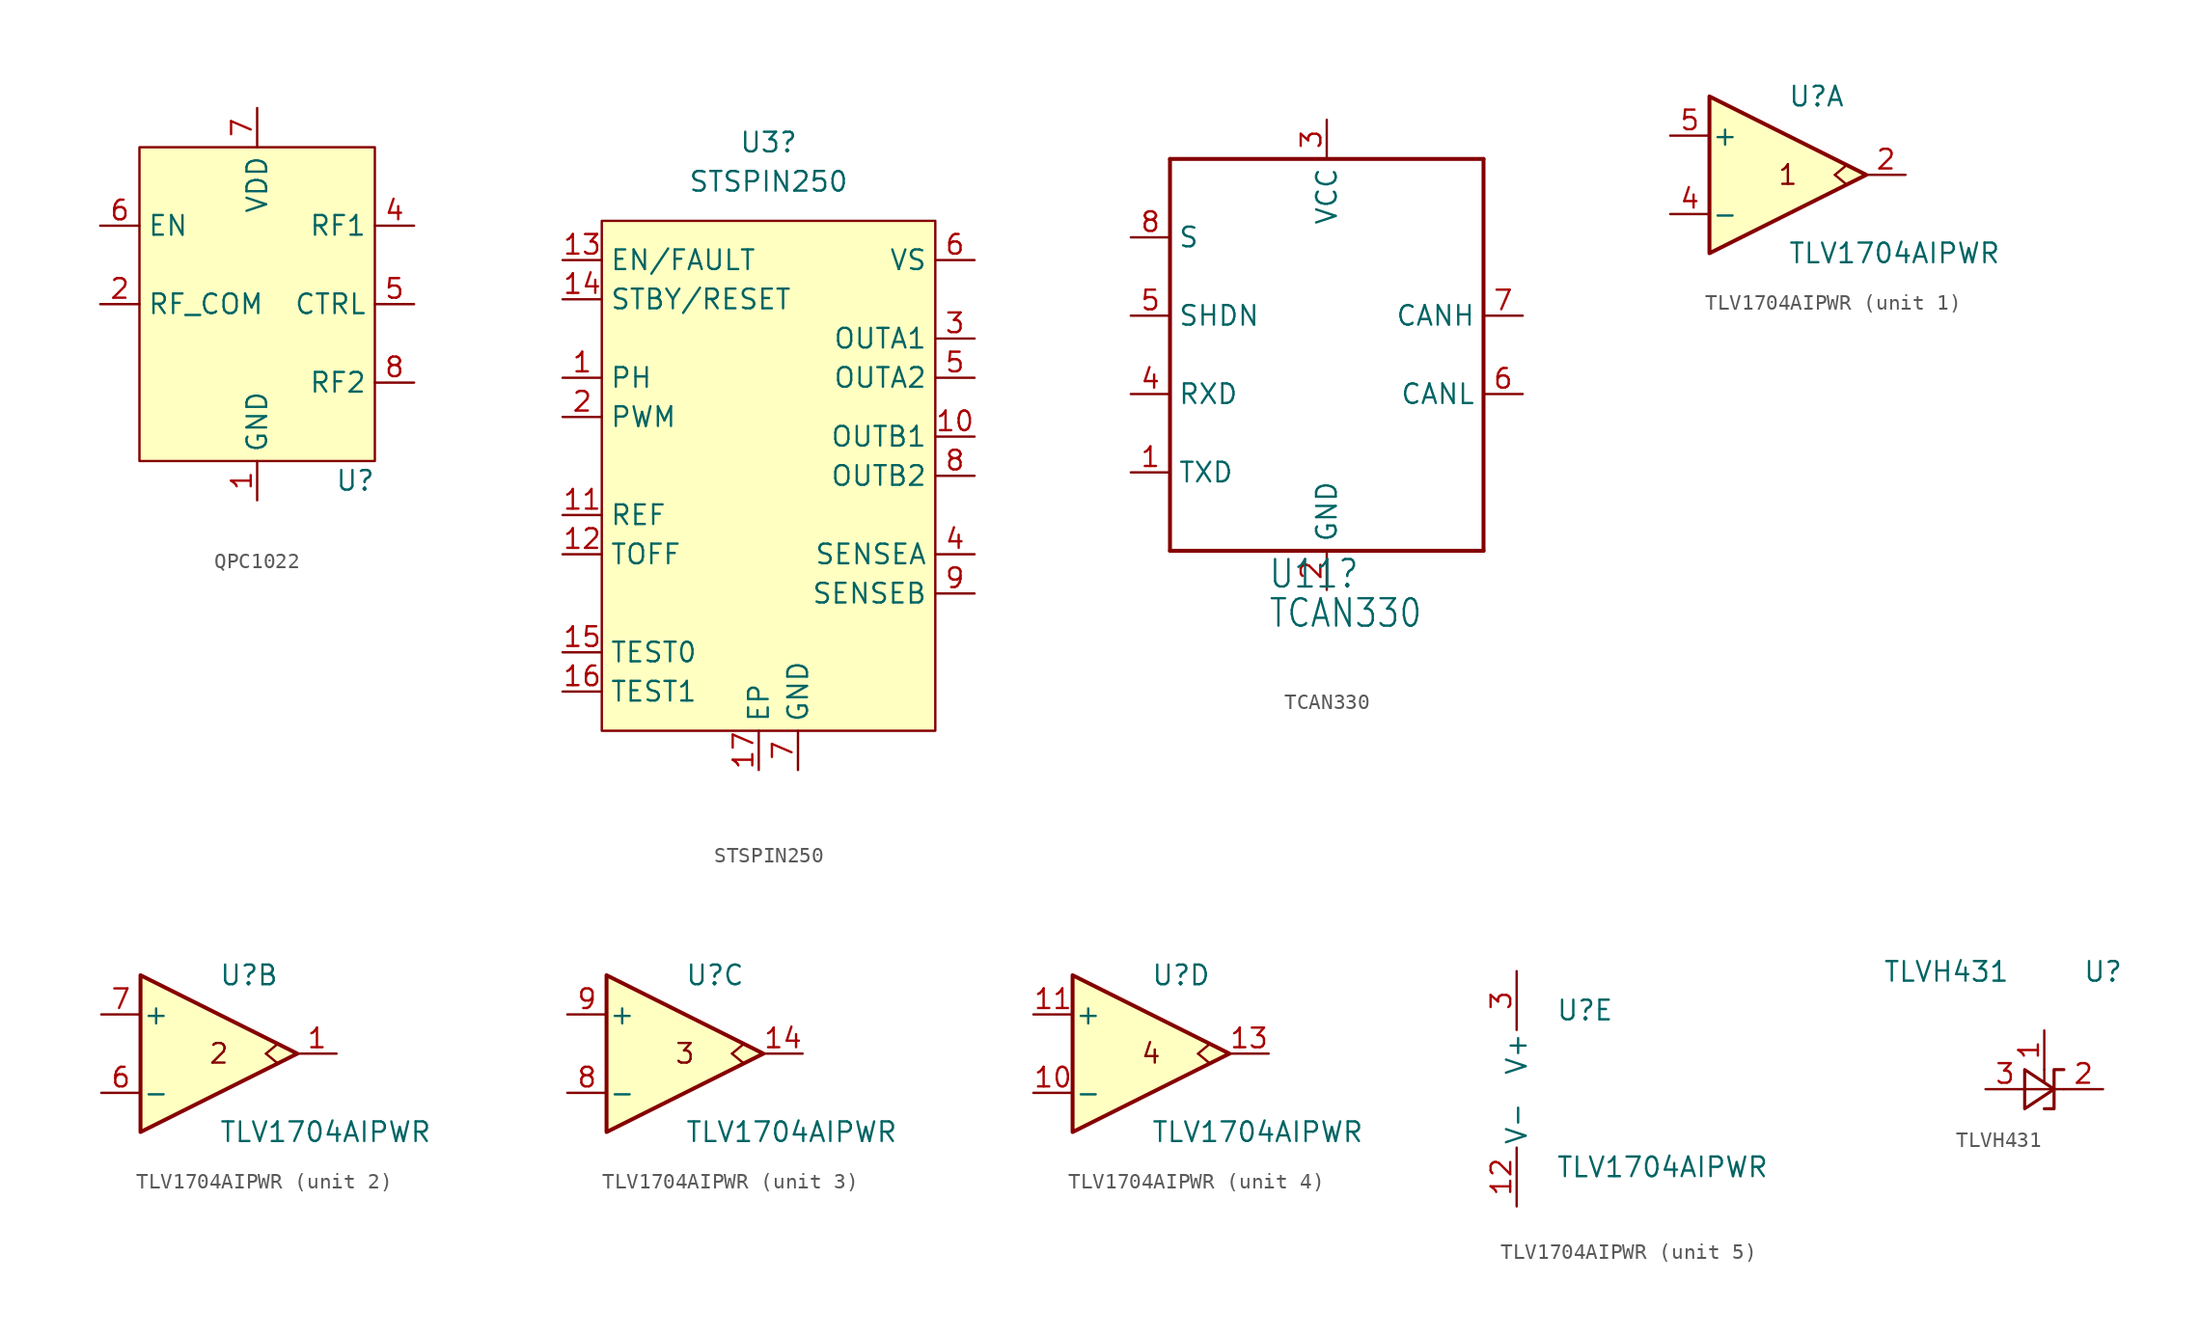
<source format=kicad_sym>
(kicad_symbol_lib
  (version 20220914)
  (generator kicad_symbol_editor)
  (symbol "QPC1022"
    (property "Reference" "U"
      (at 6.35 -11.43 0)
      (effects (font (size 1.27 1.27))))
    (symbol "QPC1022_1_1"
      (rectangle (start -7.62 10.16) (end 7.62 -10.16) (stroke (width 0) (type default)) (fill (type background)))
      (pin power_in line (at 0 -12.7 90) (length 2.54) (name "GND" (effects (font (size 1.27 1.27)))) (number "1" (effects (font (size 1.27 1.27)))))
      (pin passive line (at -10.16 0 0) (length 2.54) (name "RF_COM" (effects (font (size 1.27 1.27)))) (number "2" (effects (font (size 1.27 1.27)))))
      (pin passive line (at 0 -12.7 90) (length 2.54) hide (name "GND" (effects (font (size 1.27 1.27)))) (number "3" (effects (font (size 1.27 1.27)))))
      (pin passive line (at 10.16 5.08 180) (length 2.54) (name "RF1" (effects (font (size 1.27 1.27)))) (number "4" (effects (font (size 1.27 1.27)))))
      (pin input line (at 10.16 0 180) (length 2.54) (name "CTRL" (effects (font (size 1.27 1.27)))) (number "5" (effects (font (size 1.27 1.27)))))
      (pin input line (at -10.16 5.08 0) (length 2.54) (name "EN" (effects (font (size 1.27 1.27)))) (number "6" (effects (font (size 1.27 1.27)))))
      (pin power_in line (at 0 12.7 270) (length 2.54) (name "VDD" (effects (font (size 1.27 1.27)))) (number "7" (effects (font (size 1.27 1.27)))))
      (pin passive line (at 10.16 -5.08 180) (length 2.54) (name "RF2" (effects (font (size 1.27 1.27)))) (number "8" (effects (font (size 1.27 1.27)))))
      (pin passive line (at 0 -12.7 90) (length 2.54) hide (name "GND" (effects (font (size 1.27 1.27)))) (number "9" (effects (font (size 1.27 1.27)))))))
  (symbol "STSPIN250"
    (property "Reference" "U3"
      (at -0.635 10.16 0)
      (effects (font (size 1.27 1.27))))
    (property "Value" "STSPIN250"
      (at -0.635 7.62 0)
      (effects (font (size 1.27 1.27))))
    (symbol "STSPIN250_0_0"
      (pin input line (at 12.7 -8.89 180) (length 2.54) (name "OUTB1" (effects (font (size 1.27 1.27)))) (number "10" (effects (font (size 1.27 1.27)))))
      (pin input line (at -13.97 -13.97 0) (length 2.54) (name "REF" (effects (font (size 1.27 1.27)))) (number "11" (effects (font (size 1.27 1.27)))))
      (pin input line (at -13.97 -16.51 0) (length 2.54) (name "TOFF" (effects (font (size 1.27 1.27)))) (number "12" (effects (font (size 1.27 1.27)))))
      (pin input line (at -13.97 2.54 0) (length 2.54) (name "EN/FAULT" (effects (font (size 1.27 1.27)))) (number "13" (effects (font (size 1.27 1.27)))))
      (pin input line (at -13.97 0 0) (length 2.54) (name "STBY/RESET" (effects (font (size 1.27 1.27)))) (number "14" (effects (font (size 1.27 1.27)))))
      (pin input line (at -13.97 -22.86 0) (length 2.54) (name "TEST0" (effects (font (size 1.27 1.27)))) (number "15" (effects (font (size 1.27 1.27)))))
      (pin input line (at -13.97 -25.4 0) (length 2.54) (name "TEST1" (effects (font (size 1.27 1.27)))) (number "16" (effects (font (size 1.27 1.27)))))
      (pin input line (at -1.27 -30.48 90) (length 2.54) (name "EP" (effects (font (size 1.27 1.27)))) (number "17" (effects (font (size 1.27 1.27)))))
      (pin input line (at -13.97 -7.62 0) (length 2.54) (name "PWM" (effects (font (size 1.27 1.27)))) (number "2" (effects (font (size 1.27 1.27)))))
      (pin input line (at 12.7 -2.54 180) (length 2.54) (name "OUTA1" (effects (font (size 1.27 1.27)))) (number "3" (effects (font (size 1.27 1.27)))))
      (pin input line (at 12.7 -16.51 180) (length 2.54) (name "SENSEA" (effects (font (size 1.27 1.27)))) (number "4" (effects (font (size 1.27 1.27)))))
      (pin input line (at 12.7 -5.08 180) (length 2.54) (name "OUTA2" (effects (font (size 1.27 1.27)))) (number "5" (effects (font (size 1.27 1.27)))))
      (pin input line (at 12.7 2.54 180) (length 2.54) (name "VS" (effects (font (size 1.27 1.27)))) (number "6" (effects (font (size 1.27 1.27)))))
      (pin input line (at 1.27 -30.48 90) (length 2.54) (name "GND" (effects (font (size 1.27 1.27)))) (number "7" (effects (font (size 1.27 1.27)))))
      (pin input line (at 12.7 -11.43 180) (length 2.54) (name "OUTB2" (effects (font (size 1.27 1.27)))) (number "8" (effects (font (size 1.27 1.27)))))
      (pin input line (at 12.7 -19.05 180) (length 2.54) (name "SENSEB" (effects (font (size 1.27 1.27)))) (number "9" (effects (font (size 1.27 1.27))))))
    (symbol "STSPIN250_0_1"
      (rectangle (start -11.43 5.08) (end 10.16 -27.94) (stroke (width 0.152) (type default)) (fill (type background))))
    (symbol "STSPIN250_1_1"
      (pin input line (at -13.97 -5.08 0) (length 2.54) (name "PH" (effects (font (size 1.27 1.27)))) (number "1" (effects (font (size 1.27 1.27)))))))
  (symbol "TCAN330"
    (property "Reference" "U11"
      (at -3.81 -15.24 0)
      (effects (font (size 1.778 1.511)) (justify left bottom)))
    (property "Value" "TCAN330"
      (at -3.81 -17.78 0)
      (effects (font (size 1.778 1.511)) (justify left bottom)))
    (property "ki_locked" ""
      (at 0 0 0)
      (effects (font (size 1.27 1.27))))
    (symbol "TCAN330_1_0"
      (polyline (pts (xy -10.16 -12.7) (xy 10.16 -12.7)) (stroke (width 0.254) (type default)) (fill (type none)))
      (polyline (pts (xy -10.16 12.7) (xy -10.16 -12.7)) (stroke (width 0.254) (type default)) (fill (type none)))
      (polyline (pts (xy 10.16 -12.7) (xy 10.16 12.7)) (stroke (width 0.254) (type default)) (fill (type none)))
      (polyline (pts (xy 10.16 12.7) (xy -10.16 12.7)) (stroke (width 0.254) (type default)) (fill (type none)))
      (pin input line (at -12.7 -7.62 0) (length 2.54) (name "TXD" (effects (font (size 1.27 1.27)))) (number "1" (effects (font (size 1.27 1.27)))))
      (pin power_in line (at 0 -15.24 90) (length 2.54) (name "GND" (effects (font (size 1.27 1.27)))) (number "2" (effects (font (size 1.27 1.27)))))
      (pin power_in line (at 0 15.24 270) (length 2.54) (name "VCC" (effects (font (size 1.27 1.27)))) (number "3" (effects (font (size 1.27 1.27)))))
      (pin output line (at -12.7 -2.54 0) (length 2.54) (name "RXD" (effects (font (size 1.27 1.27)))) (number "4" (effects (font (size 1.27 1.27)))))
      (pin input line (at -12.7 2.54 0) (length 2.54) (name "SHDN" (effects (font (size 1.27 1.27)))) (number "5" (effects (font (size 1.27 1.27)))))
      (pin bidirectional line (at 12.7 -2.54 180) (length 2.54) (name "CANL" (effects (font (size 1.27 1.27)))) (number "6" (effects (font (size 1.27 1.27)))))
      (pin bidirectional line (at 12.7 2.54 180) (length 2.54) (name "CANH" (effects (font (size 1.27 1.27)))) (number "7" (effects (font (size 1.27 1.27)))))
      (pin input line (at -12.7 7.62 0) (length 2.54) (name "S" (effects (font (size 1.27 1.27)))) (number "8" (effects (font (size 1.27 1.27)))))))
  (symbol "TLV1704AIPWR"
    (pin_names
      (offset 0.127))
    (property "Reference" "U"
      (at 0 5.08 0)
      (effects (font (size 1.27 1.27)) (justify left)))
    (property "Value" "TLV1704AIPWR"
      (at 0 -5.08 0)
      (effects (font (size 1.27 1.27)) (justify left)))
    (property "ki_locked" ""
      (at 0 0 0)
      (effects (font (size 1.27 1.27))))
    (symbol "TLV1704AIPWR_1_1"
      (polyline (pts (xy 3.048 0) (xy 3.81 -0.635)) (stroke (width 0) (type default)) (fill (type none)))
      (polyline (pts (xy 3.81 0.635) (xy 3.048 0)) (stroke (width 0) (type default)) (fill (type none)))
      (polyline (pts (xy -5.08 5.08) (xy 5.08 0) (xy -5.08 -5.08) (xy -5.08 5.08)) (stroke (width 0.254) (type default)) (fill (type background)))
      (text "1" (at 0 0 0) (effects (font (size 1.27 1.27))))
      (pin open_collector line (at 7.62 0 180) (length 2.54) (name "~" (effects (font (size 1.27 1.27)))) (number "2" (effects (font (size 1.27 1.27)))))
      (pin input line (at -7.62 -2.54 0) (length 2.54) (name "-" (effects (font (size 1.27 1.27)))) (number "4" (effects (font (size 1.27 1.27)))))
      (pin input line (at -7.62 2.54 0) (length 2.54) (name "+" (effects (font (size 1.27 1.27)))) (number "5" (effects (font (size 1.27 1.27))))))
    (symbol "TLV1704AIPWR_2_1"
      (polyline (pts (xy 3.048 0) (xy 3.81 -0.635)) (stroke (width 0) (type default)) (fill (type none)))
      (polyline (pts (xy 3.81 0.635) (xy 3.048 0)) (stroke (width 0) (type default)) (fill (type none)))
      (polyline (pts (xy -5.08 5.08) (xy 5.08 0) (xy -5.08 -5.08) (xy -5.08 5.08)) (stroke (width 0.254) (type default)) (fill (type background)))
      (text "2" (at 0 0 0) (effects (font (size 1.27 1.27))))
      (pin open_collector line (at 7.62 0 180) (length 2.54) (name "~" (effects (font (size 1.27 1.27)))) (number "1" (effects (font (size 1.27 1.27)))))
      (pin input line (at -7.62 -2.54 0) (length 2.54) (name "-" (effects (font (size 1.27 1.27)))) (number "6" (effects (font (size 1.27 1.27)))))
      (pin input line (at -7.62 2.54 0) (length 2.54) (name "+" (effects (font (size 1.27 1.27)))) (number "7" (effects (font (size 1.27 1.27))))))
    (symbol "TLV1704AIPWR_3_1"
      (polyline (pts (xy 3.048 0) (xy 3.81 -0.635)) (stroke (width 0) (type default)) (fill (type none)))
      (polyline (pts (xy 3.81 0.635) (xy 3.048 0)) (stroke (width 0) (type default)) (fill (type none)))
      (polyline (pts (xy -5.08 5.08) (xy 5.08 0) (xy -5.08 -5.08) (xy -5.08 5.08)) (stroke (width 0.254) (type default)) (fill (type background)))
      (text "3" (at 0 0 0) (effects (font (size 1.27 1.27))))
      (pin open_collector line (at 7.62 0 180) (length 2.54) (name "~" (effects (font (size 1.27 1.27)))) (number "14" (effects (font (size 1.27 1.27)))))
      (pin input line (at -7.62 -2.54 0) (length 2.54) (name "-" (effects (font (size 1.27 1.27)))) (number "8" (effects (font (size 1.27 1.27)))))
      (pin input line (at -7.62 2.54 0) (length 2.54) (name "+" (effects (font (size 1.27 1.27)))) (number "9" (effects (font (size 1.27 1.27))))))
    (symbol "TLV1704AIPWR_4_1"
      (polyline (pts (xy 3.048 0) (xy 3.81 -0.635)) (stroke (width 0) (type default)) (fill (type none)))
      (polyline (pts (xy 3.81 0.635) (xy 3.048 0)) (stroke (width 0) (type default)) (fill (type none)))
      (polyline (pts (xy -5.08 5.08) (xy 5.08 0) (xy -5.08 -5.08) (xy -5.08 5.08)) (stroke (width 0.254) (type default)) (fill (type background)))
      (text "4" (at 0 0 0) (effects (font (size 1.27 1.27))))
      (pin input line (at -7.62 -2.54 0) (length 2.54) (name "-" (effects (font (size 1.27 1.27)))) (number "10" (effects (font (size 1.27 1.27)))))
      (pin input line (at -7.62 2.54 0) (length 2.54) (name "+" (effects (font (size 1.27 1.27)))) (number "11" (effects (font (size 1.27 1.27)))))
      (pin open_collector line (at 7.62 0 180) (length 2.54) (name "~" (effects (font (size 1.27 1.27)))) (number "13" (effects (font (size 1.27 1.27))))))
    (symbol "TLV1704AIPWR_5_1"
      (pin power_in line (at -2.54 -7.62 90) (length 3.81) (name "V-" (effects (font (size 1.27 1.27)))) (number "12" (effects (font (size 1.27 1.27)))))
      (pin power_in line (at -2.54 7.62 270) (length 3.81) (name "V+" (effects (font (size 1.27 1.27)))) (number "3" (effects (font (size 1.27 1.27)))))))
  (symbol "TLVH431"
    (pin_names hide)
    (property "Reference" "U"
      (at 5.08 7.62 0)
      (effects (font (size 1.27 1.27))))
    (property "Value" "TLVH431"
      (at -5.08 7.62 0)
      (effects (font (size 1.27 1.27))))
    (symbol "TLVH431_0_1"
      (polyline (pts (xy 1.27 1.27) (xy 1.27 0.508)) (stroke (width 0.152) (type default)) (fill (type none)))
      (polyline (pts (xy 0 0) (xy 1.27 0) (xy 2.54 0)) (stroke (width 0) (type default)) (fill (type none)))
      (polyline (pts (xy 0 -1.27) (xy 1.905 0) (xy 0 1.27) (xy 0 -1.27)) (stroke (width 0.203) (type default)) (fill (type none)))
      (polyline (pts (xy 1.27 -1.27) (xy 1.905 -1.27) (xy 1.905 1.27) (xy 2.54 1.27)) (stroke (width 0.203) (type default)) (fill (type none))))
    (symbol "TLVH431_1_1"
      (pin passive line (at 1.27 3.81 270) (length 2.54) (name "REF" (effects (font (size 1.27 1.27)))) (number "1" (effects (font (size 1.27 1.27)))))
      (pin passive line (at 5.08 0 180) (length 2.54) (name "K" (effects (font (size 1.27 1.27)))) (number "2" (effects (font (size 1.27 1.27)))))
      (pin passive line (at -2.54 0 0) (length 2.54) (name "A" (effects (font (size 1.27 1.27)))) (number "3" (effects (font (size 1.27 1.27))))))))
</source>
